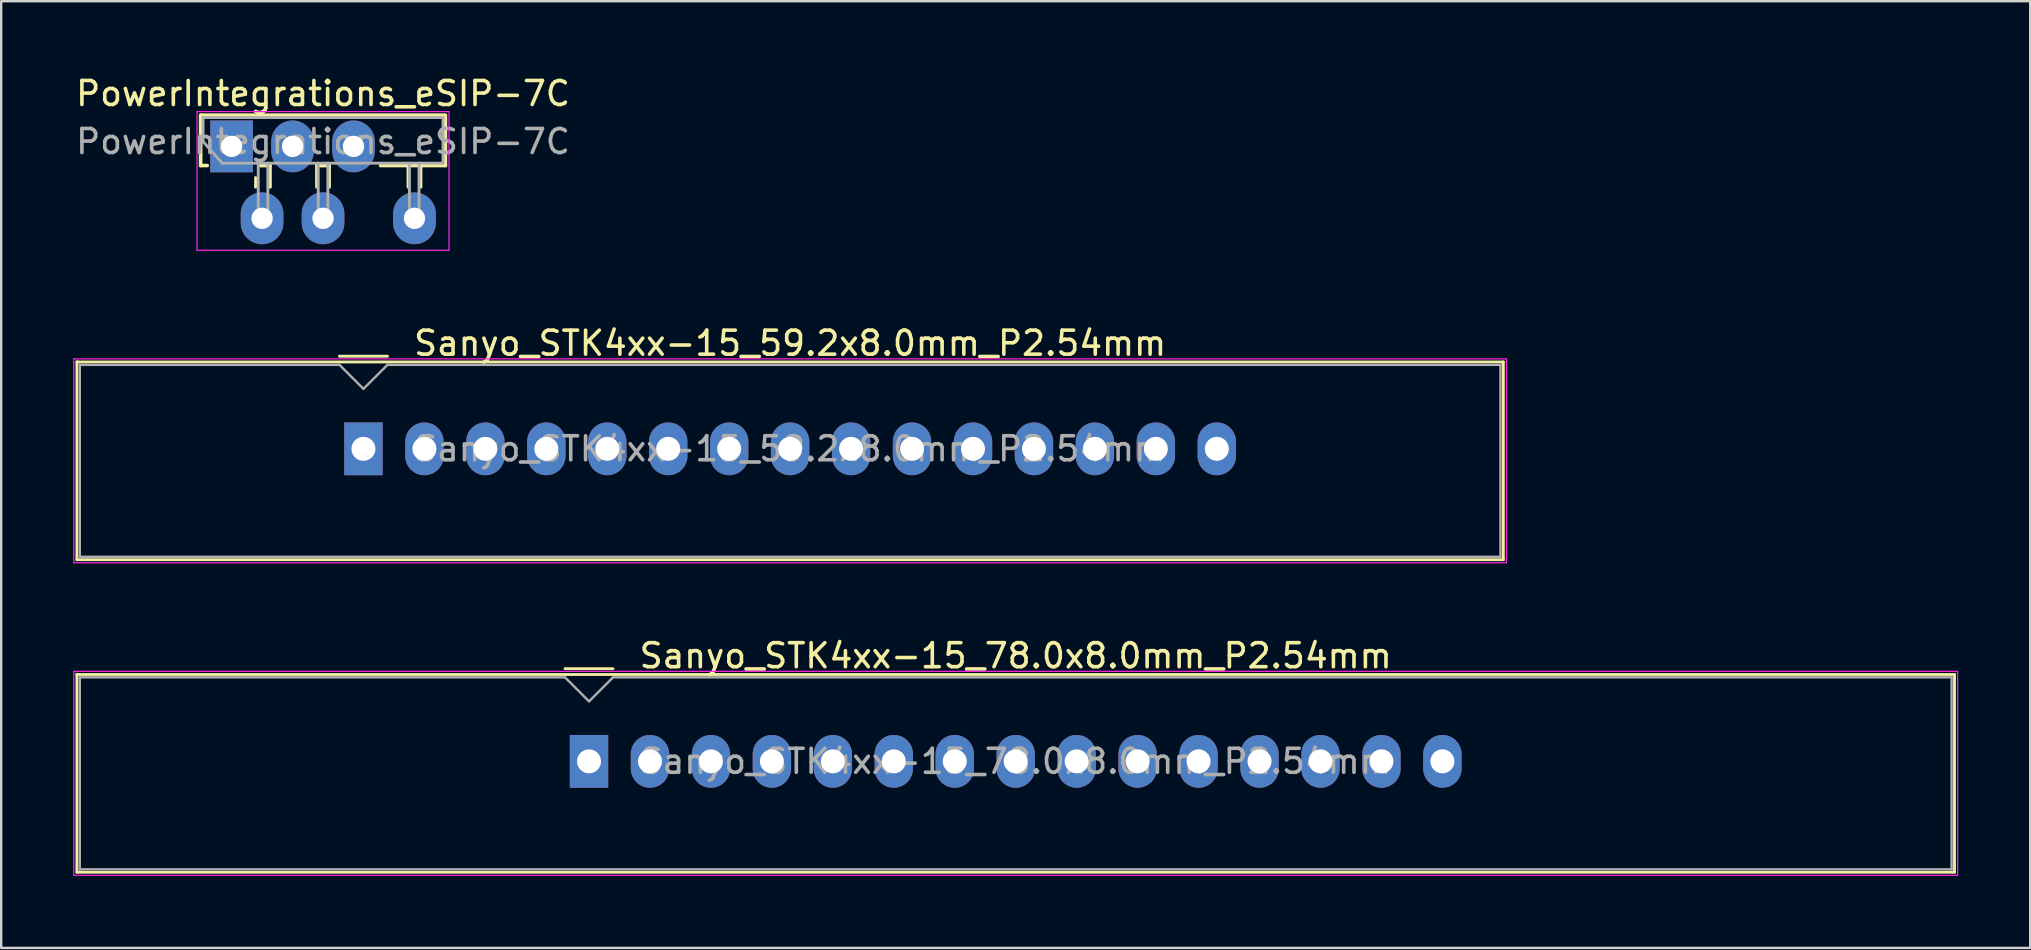
<source format=kicad_pcb>
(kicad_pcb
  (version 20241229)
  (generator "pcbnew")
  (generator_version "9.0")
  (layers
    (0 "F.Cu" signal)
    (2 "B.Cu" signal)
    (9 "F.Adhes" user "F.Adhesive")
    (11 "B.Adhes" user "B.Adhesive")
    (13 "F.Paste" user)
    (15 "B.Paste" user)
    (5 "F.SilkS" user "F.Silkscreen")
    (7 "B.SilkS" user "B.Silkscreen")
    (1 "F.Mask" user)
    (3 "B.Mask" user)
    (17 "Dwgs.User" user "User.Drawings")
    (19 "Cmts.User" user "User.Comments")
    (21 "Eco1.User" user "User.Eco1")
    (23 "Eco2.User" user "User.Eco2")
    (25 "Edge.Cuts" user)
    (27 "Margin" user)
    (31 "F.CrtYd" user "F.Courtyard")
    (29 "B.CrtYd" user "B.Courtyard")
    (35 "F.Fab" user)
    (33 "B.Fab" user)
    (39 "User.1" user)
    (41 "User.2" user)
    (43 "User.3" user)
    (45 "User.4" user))
  (footprint "Sanyo_STK4xx-15_78.0x8.0mm_P2.54mm"
    (layer "F.Cu")
    (at 21.495 28.676)
    (property "Reference" "Sanyo_STK4xx-15_78.0x8.0mm_P2.54mm" (at 17.78 -4.4 0) (layer "F.SilkS") (effects (font (size 1 1) (thickness 0.15))))
    (attr through_hole)
    (fp_line (start -21.34 -3.62) (end 56.9 -3.62) (stroke (width 0.12) (type solid)) (layer "F.SilkS"))
    (fp_line (start -21.34 4.62) (end -21.34 -3.63) (stroke (width 0.12) (type solid)) (layer "F.SilkS"))
    (fp_line (start -1 -3.86) (end 1 -3.86) (stroke (width 0.12) (type solid)) (layer "F.SilkS"))
    (fp_line (start 56.9 -3.62) (end 56.9 4.62) (stroke (width 0.12) (type solid)) (layer "F.SilkS"))
    (fp_line (start 56.9 4.62) (end -21.34 4.62) (stroke (width 0.12) (type solid)) (layer "F.SilkS"))
    (fp_line (start -21.47 -3.75) (end 57.03 -3.75) (stroke (width 0.05) (type solid)) (layer "F.CrtYd"))
    (fp_line (start -21.47 4.75) (end -21.47 -3.75) (stroke (width 0.05) (type solid)) (layer "F.CrtYd"))
    (fp_line (start 57.03 -3.75) (end 57.03 4.75) (stroke (width 0.05) (type solid)) (layer "F.CrtYd"))
    (fp_line (start 57.03 4.75) (end -21.47 4.75) (stroke (width 0.05) (type solid)) (layer "F.CrtYd"))
    (fp_line (start -21.22 -3.5) (end -1 -3.5) (stroke (width 0.1) (type solid)) (layer "F.Fab"))
    (fp_line (start -21.22 4.5) (end -21.22 -3.5) (stroke (width 0.1) (type solid)) (layer "F.Fab"))
    (fp_line (start -1 -3.5) (end 0 -2.5) (stroke (width 0.1) (type solid)) (layer "F.Fab"))
    (fp_line (start 0 -2.5) (end 1 -3.5) (stroke (width 0.1) (type solid)) (layer "F.Fab"))
    (fp_line (start 1 -3.5) (end 56.78 -3.5) (stroke (width 0.1) (type solid)) (layer "F.Fab"))
    (fp_line (start 56.78 -3.5) (end 56.78 4.5) (stroke (width 0.1) (type solid)) (layer "F.Fab"))
    (fp_line (start 56.78 4.5) (end -21.22 4.5) (stroke (width 0.1) (type solid)) (layer "F.Fab"))
    (fp_text user "${REFERENCE}" (at 17.78 0 0) (layer "F.Fab") (effects (font (size 1 1) (thickness 0.15))))
    (pad "1" thru_hole rect (at 0 0) (size 1.6 2.2) (drill 1) (layers "*.Cu" "*.Mask"))
    (pad "2" thru_hole oval (at 2.54 0) (size 1.6 2.2) (drill 1) (layers "*.Cu" "*.Mask"))
    (pad "3" thru_hole oval (at 5.08 0) (size 1.6 2.2) (drill 1) (layers "*.Cu" "*.Mask"))
    (pad "4" thru_hole oval (at 7.62 0) (size 1.6 2.2) (drill 1) (layers "*.Cu" "*.Mask"))
    (pad "5" thru_hole oval (at 10.16 0) (size 1.6 2.2) (drill 1) (layers "*.Cu" "*.Mask"))
    (pad "6" thru_hole oval (at 12.7 0) (size 1.6 2.2) (drill 1) (layers "*.Cu" "*.Mask"))
    (pad "7" thru_hole oval (at 15.24 0) (size 1.6 2.2) (drill 1) (layers "*.Cu" "*.Mask"))
    (pad "8" thru_hole oval (at 17.78 0) (size 1.6 2.2) (drill 1) (layers "*.Cu" "*.Mask"))
    (pad "9" thru_hole oval (at 20.32 0) (size 1.6 2.2) (drill 1) (layers "*.Cu" "*.Mask"))
    (pad "10" thru_hole oval (at 22.86 0) (size 1.6 2.2) (drill 1) (layers "*.Cu" "*.Mask"))
    (pad "11" thru_hole oval (at 25.4 0) (size 1.6 2.2) (drill 1) (layers "*.Cu" "*.Mask"))
    (pad "12" thru_hole oval (at 27.94 0) (size 1.6 2.2) (drill 1) (layers "*.Cu" "*.Mask"))
    (pad "13" thru_hole oval (at 30.48 0) (size 1.6 2.2) (drill 1) (layers "*.Cu" "*.Mask"))
    (pad "14" thru_hole oval (at 33.02 0) (size 1.6 2.2) (drill 1) (layers "*.Cu" "*.Mask"))
    (pad "15" thru_hole oval (at 35.56 0) (size 1.6 2.2) (drill 1) (layers "*.Cu" "*.Mask")))
  (footprint "Sanyo_STK4xx-15_59.2x8.0mm_P2.54mm"
    (layer "F.Cu")
    (at 12.095 15.653)
    (property "Reference" "Sanyo_STK4xx-15_59.2x8.0mm_P2.54mm" (at 17.78 -4.4 0) (layer "F.SilkS") (effects (font (size 1 1) (thickness 0.15))))
    (attr through_hole)
    (fp_line (start -11.94 -3.62) (end 47.5 -3.62) (stroke (width 0.12) (type solid)) (layer "F.SilkS"))
    (fp_line (start -11.94 4.62) (end -11.94 -3.63) (stroke (width 0.12) (type solid)) (layer "F.SilkS"))
    (fp_line (start 1 -3.86) (end -1 -3.86) (stroke (width 0.12) (type solid)) (layer "F.SilkS"))
    (fp_line (start 47.5 -3.62) (end 47.5 4.62) (stroke (width 0.12) (type solid)) (layer "F.SilkS"))
    (fp_line (start 47.5 4.62) (end -11.94 4.62) (stroke (width 0.12) (type solid)) (layer "F.SilkS"))
    (fp_line (start -12.07 -3.75) (end 47.63 -3.75) (stroke (width 0.05) (type solid)) (layer "F.CrtYd"))
    (fp_line (start -12.07 4.75) (end -12.07 -3.75) (stroke (width 0.05) (type solid)) (layer "F.CrtYd"))
    (fp_line (start 47.6 4.75) (end -12.07 4.75) (stroke (width 0.05) (type solid)) (layer "F.CrtYd"))
    (fp_line (start 47.63 -3.75) (end 47.63 4.75) (stroke (width 0.05) (type solid)) (layer "F.CrtYd"))
    (fp_line (start -11.82 -3.5) (end -1 -3.5) (stroke (width 0.1) (type solid)) (layer "F.Fab"))
    (fp_line (start -11.82 4.5) (end -11.82 -3.5) (stroke (width 0.1) (type solid)) (layer "F.Fab"))
    (fp_line (start -1 -3.5) (end 0 -2.5) (stroke (width 0.1) (type solid)) (layer "F.Fab"))
    (fp_line (start 0 -2.5) (end 1 -3.5) (stroke (width 0.1) (type solid)) (layer "F.Fab"))
    (fp_line (start 1 -3.5) (end 47.38 -3.5) (stroke (width 0.1) (type solid)) (layer "F.Fab"))
    (fp_line (start 47.38 -3.5) (end 47.38 4.5) (stroke (width 0.1) (type solid)) (layer "F.Fab"))
    (fp_line (start 47.38 4.5) (end -11.82 4.5) (stroke (width 0.1) (type solid)) (layer "F.Fab"))
    (fp_text user "${REFERENCE}" (at 17.78 0 0) (layer "F.Fab") (effects (font (size 1 1) (thickness 0.15))))
    (pad "1" thru_hole rect (at 0 0) (size 1.6 2.2) (drill 1) (layers "*.Cu" "*.Mask"))
    (pad "2" thru_hole oval (at 2.54 0) (size 1.6 2.2) (drill 1) (layers "*.Cu" "*.Mask"))
    (pad "3" thru_hole oval (at 5.08 0) (size 1.6 2.2) (drill 1) (layers "*.Cu" "*.Mask"))
    (pad "4" thru_hole oval (at 7.62 0) (size 1.6 2.2) (drill 1) (layers "*.Cu" "*.Mask"))
    (pad "5" thru_hole oval (at 10.16 0) (size 1.6 2.2) (drill 1) (layers "*.Cu" "*.Mask"))
    (pad "6" thru_hole oval (at 12.7 0) (size 1.6 2.2) (drill 1) (layers "*.Cu" "*.Mask"))
    (pad "7" thru_hole oval (at 15.24 0) (size 1.6 2.2) (drill 1) (layers "*.Cu" "*.Mask"))
    (pad "8" thru_hole oval (at 17.78 0) (size 1.6 2.2) (drill 1) (layers "*.Cu" "*.Mask"))
    (pad "9" thru_hole oval (at 20.32 0) (size 1.6 2.2) (drill 1) (layers "*.Cu" "*.Mask"))
    (pad "10" thru_hole oval (at 22.86 0) (size 1.6 2.2) (drill 1) (layers "*.Cu" "*.Mask"))
    (pad "11" thru_hole oval (at 25.4 0) (size 1.6 2.2) (drill 1) (layers "*.Cu" "*.Mask"))
    (pad "12" thru_hole oval (at 27.94 0) (size 1.6 2.2) (drill 1) (layers "*.Cu" "*.Mask"))
    (pad "13" thru_hole oval (at 30.48 0) (size 1.6 2.2) (drill 1) (layers "*.Cu" "*.Mask"))
    (pad "14" thru_hole oval (at 33.02 0) (size 1.6 2.2) (drill 1) (layers "*.Cu" "*.Mask"))
    (pad "15" thru_hole oval (at 35.56 0) (size 1.6 2.2) (drill 1) (layers "*.Cu" "*.Mask")))
  (footprint "PowerIntegrations_eSIP-7C"
    (layer "F.Cu")
    (at 6.601 3.05)
    (property "Reference" "PowerIntegrations_eSIP-7C" (at 3.81 -2.201 0) (layer "F.SilkS") (effects (font (size 1 1) (thickness 0.15))))
    (attr through_hole)
    (fp_line (start -1.29 -1.301) (end 8.87 -1.301) (stroke (width 0.15) (type solid)) (layer "F.SilkS"))
    (fp_line (start -1.29 0.799) (end -1.29 -1.301) (stroke (width 0.15) (type solid)) (layer "F.SilkS"))
    (fp_line (start -1.016 0.799) (end -1.29 0.799) (stroke (width 0.15) (type solid)) (layer "F.SilkS"))
    (fp_line (start 1 1.7) (end 1 1.3) (stroke (width 0.12) (type solid)) (layer "F.SilkS"))
    (fp_line (start 1.6 0.8) (end 1.2 0.8) (stroke (width 0.15) (type solid)) (layer "F.SilkS"))
    (fp_line (start 1.6 0.8) (end 1.6 1.689) (stroke (width 0.15) (type solid)) (layer "F.SilkS"))
    (fp_line (start 3.556 0.8) (end 3.556 1.689) (stroke (width 0.15) (type solid)) (layer "F.SilkS"))
    (fp_line (start 4.064 0.8) (end 3.556 0.8) (stroke (width 0.15) (type solid)) (layer "F.SilkS"))
    (fp_line (start 4.064 0.8) (end 4.064 1.689) (stroke (width 0.15) (type solid)) (layer "F.SilkS"))
    (fp_line (start 7.366 1.689) (end 7.366 0.8) (stroke (width 0.15) (type solid)) (layer "F.SilkS"))
    (fp_line (start 7.874 1.689) (end 7.874 0.8) (stroke (width 0.15) (type solid)) (layer "F.SilkS"))
    (fp_line (start 8.91 0.799) (end 6.21 0.799) (stroke (width 0.15) (type solid)) (layer "F.SilkS"))
    (fp_line (start 8.91 0.799) (end 8.91 -1.301) (stroke (width 0.15) (type solid)) (layer "F.SilkS"))
    (fp_line (start -1.44 -1.45) (end -1.44 4.33) (stroke (width 0.05) (type solid)) (layer "F.CrtYd"))
    (fp_line (start -1.44 -1.45) (end 9.06 -1.45) (stroke (width 0.05) (type solid)) (layer "F.CrtYd"))
    (fp_line (start 9.06 4.33) (end -1.44 4.33) (stroke (width 0.05) (type solid)) (layer "F.CrtYd"))
    (fp_line (start 9.06 4.33) (end 9.06 -1.45) (stroke (width 0.05) (type solid)) (layer "F.CrtYd"))
    (fp_line (start -1.19 -1.201) (end 8.81 -1.201) (stroke (width 0.12) (type solid)) (layer "F.Fab"))
    (fp_line (start -1.19 -0.201) (end -1.19 -1.201) (stroke (width 0.12) (type solid)) (layer "F.Fab"))
    (fp_line (start -0.39 0.699) (end -1.19 -0.201) (stroke (width 0.12) (type solid)) (layer "F.Fab"))
    (fp_line (start 1.11 0.699) (end 1.11 2.999) (stroke (width 0.12) (type solid)) (layer "F.Fab"))
    (fp_line (start 1.11 2.999) (end 1.51 2.999) (stroke (width 0.12) (type solid)) (layer "F.Fab"))
    (fp_line (start 1.51 2.999) (end 1.51 0.699) (stroke (width 0.12) (type solid)) (layer "F.Fab"))
    (fp_line (start 3.61 0.699) (end 3.61 2.999) (stroke (width 0.12) (type solid)) (layer "F.Fab"))
    (fp_line (start 3.61 2.999) (end 4.01 2.999) (stroke (width 0.12) (type solid)) (layer "F.Fab"))
    (fp_line (start 4.01 2.999) (end 4.01 0.699) (stroke (width 0.12) (type solid)) (layer "F.Fab"))
    (fp_line (start 7.41 0.699) (end 7.41 2.999) (stroke (width 0.12) (type solid)) (layer "F.Fab"))
    (fp_line (start 7.41 2.999) (end 7.81 2.999) (stroke (width 0.12) (type solid)) (layer "F.Fab"))
    (fp_line (start 7.81 2.999) (end 7.81 0.699) (stroke (width 0.12) (type solid)) (layer "F.Fab"))
    (fp_line (start 8.81 -1.201) (end 8.81 0.699) (stroke (width 0.12) (type solid)) (layer "F.Fab"))
    (fp_line (start 8.81 0.699) (end -0.39 0.699) (stroke (width 0.12) (type solid)) (layer "F.Fab"))
    (fp_text user "${REFERENCE}" (at 3.81 -0.201 0) (layer "F.Fab") (effects (font (size 1 1) (thickness 0.15))))
    (pad "1" thru_hole rect (at 0 0) (size 1.778 2.159) (drill 0.889) (layers "*.Cu" "*.Mask"))
    (pad "2" thru_hole oval (at 1.27 2.997) (size 1.778 2.159) (drill 0.889) (layers "*.Cu" "*.Mask"))
    (pad "3" thru_hole oval (at 2.54 0) (size 1.778 2.159) (drill 0.889) (layers "*.Cu" "*.Mask"))
    (pad "4" thru_hole oval (at 3.81 2.997) (size 1.778 2.159) (drill 0.889) (layers "*.Cu" "*.Mask"))
    (pad "5" thru_hole oval (at 5.08 0) (size 1.778 2.159) (drill 0.889) (layers "*.Cu" "*.Mask"))
    (pad "7" thru_hole oval (at 7.62 2.997) (size 1.778 2.159) (drill 0.889) (layers "*.Cu" "*.Mask")))
  (gr_rect
    (start -3 -3)
    (end 81.55 36.451)
    (stroke (width 0.1) (type default))
    (fill no)
    (layer "Edge.Cuts")))
</source>
